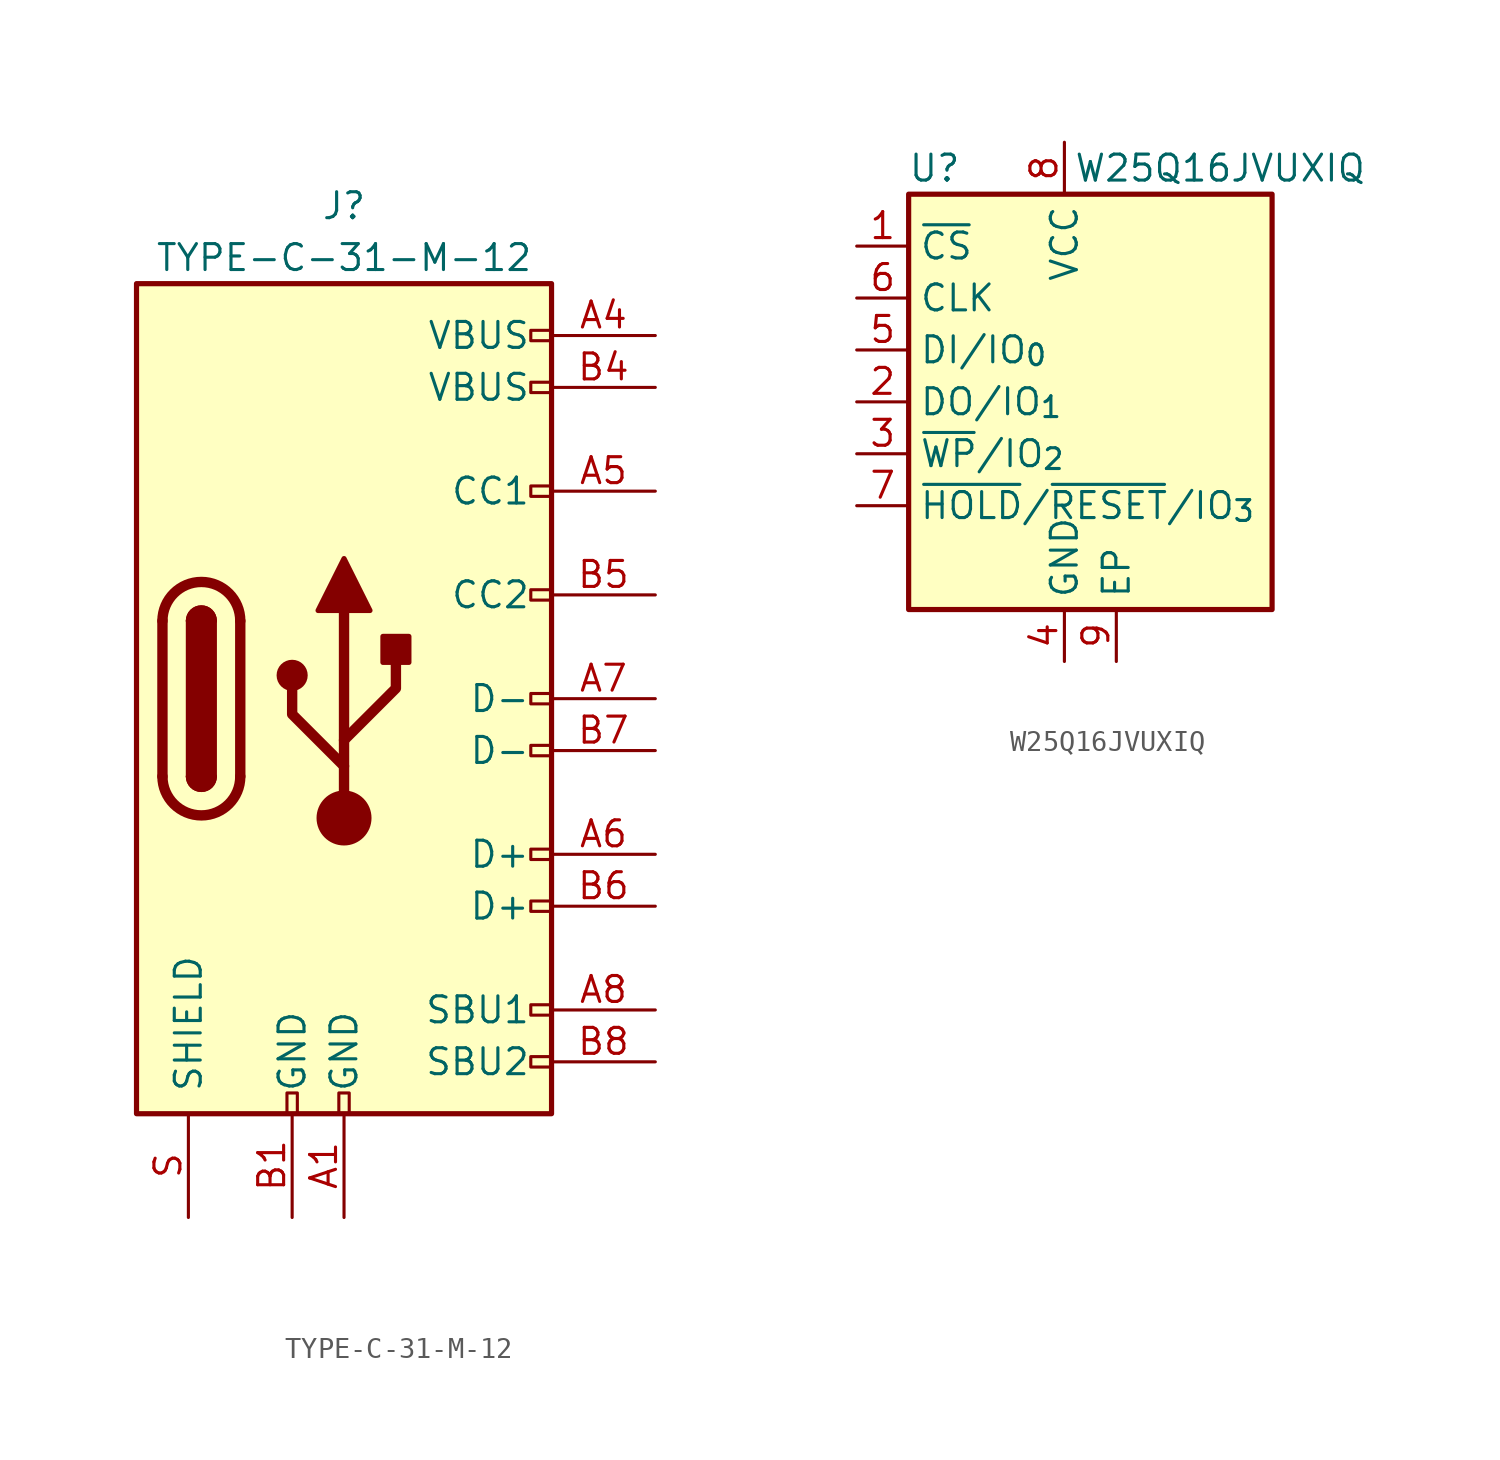
<source format=kicad_sym>
(kicad_symbol_lib
  (version 20241209)
  (generator "kicad_symbol_editor")
  (generator_version "9.0")
  (symbol "TYPE-C-31-M-12"
    (pin_names
      (offset 1.016))
    (property "Reference" "J"
      (at 0 24.13 0)
      (effects (font (size 1.27 1.27))))
    (property "Value" "TYPE-C-31-M-12"
      (at 0 21.59 0)
      (effects (font (size 1.27 1.27))))
    (symbol "TYPE-C-31-M-12_0_0"
      (rectangle (start -2.794 -19.304) (end -2.286 -20.32) (stroke (width 0) (type default)) (fill (type none)))
      (rectangle (start -0.254 -19.304) (end 0.254 -20.32) (stroke (width 0) (type default)) (fill (type none)))
      (rectangle (start 9.144 15.494) (end 10.16 14.986) (stroke (width 0) (type default)) (fill (type none)))
      (rectangle (start 10.16 18.034) (end 9.144 17.526) (stroke (width 0) (type default)) (fill (type none)))
      (rectangle (start 10.16 10.414) (end 9.144 9.906) (stroke (width 0) (type default)) (fill (type none)))
      (rectangle (start 10.16 5.334) (end 9.144 4.826) (stroke (width 0) (type default)) (fill (type none)))
      (rectangle (start 10.16 0.254) (end 9.144 -0.254) (stroke (width 0) (type default)) (fill (type none)))
      (rectangle (start 10.16 -2.286) (end 9.144 -2.794) (stroke (width 0) (type default)) (fill (type none)))
      (rectangle (start 10.16 -7.366) (end 9.144 -7.874) (stroke (width 0) (type default)) (fill (type none)))
      (rectangle (start 10.16 -9.906) (end 9.144 -10.414) (stroke (width 0) (type default)) (fill (type none)))
      (rectangle (start 10.16 -14.986) (end 9.144 -15.494) (stroke (width 0) (type default)) (fill (type none)))
      (rectangle (start 10.16 -17.526) (end 9.144 -18.034) (stroke (width 0) (type default)) (fill (type none))))
    (symbol "TYPE-C-31-M-12_0_1"
      (rectangle (start -10.16 20.32) (end 10.16 -20.32) (stroke (width 0.254) (type default)) (fill (type background)))
      (polyline (pts (xy -8.89 -3.81) (xy -8.89 3.81)) (stroke (width 0.508) (type default)) (fill (type none)))
      (rectangle (start -7.62 -3.81) (end -6.35 3.81) (stroke (width 0.254) (type default)) (fill (type outline)))
      (arc (start -7.62 3.81) (mid -6.985 4.4423) (end -6.35 3.81) (stroke (width 0.254) (type default)) (fill (type none)))
      (arc (start -7.62 3.81) (mid -6.985 4.4423) (end -6.35 3.81) (stroke (width 0.254) (type default)) (fill (type outline)))
      (arc (start -8.89 3.81) (mid -6.985 5.7067) (end -5.08 3.81) (stroke (width 0.508) (type default)) (fill (type none)))
      (arc (start -5.08 -3.81) (mid -6.985 -5.7067) (end -8.89 -3.81) (stroke (width 0.508) (type default)) (fill (type none)))
      (arc (start -6.35 -3.81) (mid -6.985 -4.4423) (end -7.62 -3.81) (stroke (width 0.254) (type default)) (fill (type none)))
      (arc (start -6.35 -3.81) (mid -6.985 -4.4423) (end -7.62 -3.81) (stroke (width 0.254) (type default)) (fill (type outline)))
      (polyline (pts (xy -5.08 3.81) (xy -5.08 -3.81)) (stroke (width 0.508) (type default)) (fill (type none))))
    (symbol "TYPE-C-31-M-12_1_1"
      (circle (center -2.54 1.143) (radius 0.635) (stroke (width 0.254) (type default)) (fill (type outline)))
      (polyline (pts (xy -1.27 4.318) (xy 0 6.858) (xy 1.27 4.318) (xy -1.27 4.318)) (stroke (width 0.254) (type default)) (fill (type outline)))
      (polyline (pts (xy 0 -2.032) (xy 2.54 0.508) (xy 2.54 1.778)) (stroke (width 0.508) (type default)) (fill (type none)))
      (polyline (pts (xy 0 -3.302) (xy -2.54 -0.762) (xy -2.54 0.508)) (stroke (width 0.508) (type default)) (fill (type none)))
      (polyline (pts (xy 0 -5.842) (xy 0 4.318)) (stroke (width 0.508) (type default)) (fill (type none)))
      (circle (center 0 -5.842) (radius 1.27) (stroke (width 0) (type default)) (fill (type outline)))
      (rectangle (start 1.905 1.778) (end 3.175 3.048) (stroke (width 0.254) (type default)) (fill (type outline)))
      (pin passive line (at -7.62 -25.4 90) (length 5.08) (name "SHIELD" (effects (font (size 1.27 1.27)))) (number "S" (effects (font (size 1.27 1.27)))))
      (pin passive line (at -2.54 -25.4 90) (length 5.08) (name "GND" (effects (font (size 1.27 1.27)))) (number "B1" (effects (font (size 1.27 1.27)))))
      (pin passive line (at 0 -25.4 90) (length 5.08) (name "GND" (effects (font (size 1.27 1.27)))) (number "A1" (effects (font (size 1.27 1.27)))))
      (pin passive line (at 15.24 17.78 180) (length 5.08) (name "VBUS" (effects (font (size 1.27 1.27)))) (number "A4" (effects (font (size 1.27 1.27)))))
      (pin passive line (at 15.24 15.24 180) (length 5.08) (name "VBUS" (effects (font (size 1.27 1.27)))) (number "B4" (effects (font (size 1.27 1.27)))))
      (pin bidirectional line (at 15.24 10.16 180) (length 5.08) (name "CC1" (effects (font (size 1.27 1.27)))) (number "A5" (effects (font (size 1.27 1.27)))))
      (pin bidirectional line (at 15.24 5.08 180) (length 5.08) (name "CC2" (effects (font (size 1.27 1.27)))) (number "B5" (effects (font (size 1.27 1.27)))))
      (pin bidirectional line (at 15.24 0 180) (length 5.08) (name "D-" (effects (font (size 1.27 1.27)))) (number "A7" (effects (font (size 1.27 1.27)))))
      (pin bidirectional line (at 15.24 -2.54 180) (length 5.08) (name "D-" (effects (font (size 1.27 1.27)))) (number "B7" (effects (font (size 1.27 1.27)))))
      (pin bidirectional line (at 15.24 -7.62 180) (length 5.08) (name "D+" (effects (font (size 1.27 1.27)))) (number "A6" (effects (font (size 1.27 1.27)))))
      (pin bidirectional line (at 15.24 -10.16 180) (length 5.08) (name "D+" (effects (font (size 1.27 1.27)))) (number "B6" (effects (font (size 1.27 1.27)))))
      (pin bidirectional line (at 15.24 -15.24 180) (length 5.08) (name "SBU1" (effects (font (size 1.27 1.27)))) (number "A8" (effects (font (size 1.27 1.27)))))
      (pin bidirectional line (at 15.24 -17.78 180) (length 5.08) (name "SBU2" (effects (font (size 1.27 1.27)))) (number "B8" (effects (font (size 1.27 1.27)))))))
  (symbol "W25Q16JVUXIQ"
    (property "Reference" "U"
      (at -6.35 11.43 0)
      (effects (font (size 1.27 1.27))))
    (property "Value" "W25Q16JVUXIQ"
      (at 7.62 11.43 0)
      (effects (font (size 1.27 1.27))))
    (symbol "W25Q16JVUXIQ_0_1"
      (rectangle (start -7.62 10.16) (end 10.16 -10.16) (stroke (width 0.254) (type default)) (fill (type background))))
    (symbol "W25Q16JVUXIQ_1_1"
      (pin input line (at -10.16 7.62 0) (length 2.54) (name "~{CS}" (effects (font (size 1.27 1.27)))) (number "1" (effects (font (size 1.27 1.27)))))
      (pin input line (at -10.16 5.08 0) (length 2.54) (name "CLK" (effects (font (size 1.27 1.27)))) (number "6" (effects (font (size 1.27 1.27)))))
      (pin bidirectional line (at -10.16 2.54 0) (length 2.54) (name "DI/IO_{0}" (effects (font (size 1.27 1.27)))) (number "5" (effects (font (size 1.27 1.27)))))
      (pin bidirectional line (at -10.16 0 0) (length 2.54) (name "DO/IO_{1}" (effects (font (size 1.27 1.27)))) (number "2" (effects (font (size 1.27 1.27)))))
      (pin bidirectional line (at -10.16 -2.54 0) (length 2.54) (name "~{WP}/IO_{2}" (effects (font (size 1.27 1.27)))) (number "3" (effects (font (size 1.27 1.27)))))
      (pin bidirectional line (at -10.16 -5.08 0) (length 2.54) (name "~{HOLD}/~{RESET}/IO_{3}" (effects (font (size 1.27 1.27)))) (number "7" (effects (font (size 1.27 1.27)))))
      (pin power_in line (at 0 12.7 270) (length 2.54) (name "VCC" (effects (font (size 1.27 1.27)))) (number "8" (effects (font (size 1.27 1.27)))))
      (pin power_in line (at 0 -12.7 90) (length 2.54) (name "GND" (effects (font (size 1.27 1.27)))) (number "4" (effects (font (size 1.27 1.27)))))
      (pin passive line (at 2.54 -12.7 90) (length 2.54) (name "EP" (effects (font (size 1.27 1.27)))) (number "9" (effects (font (size 1.27 1.27))))))))
</source>
